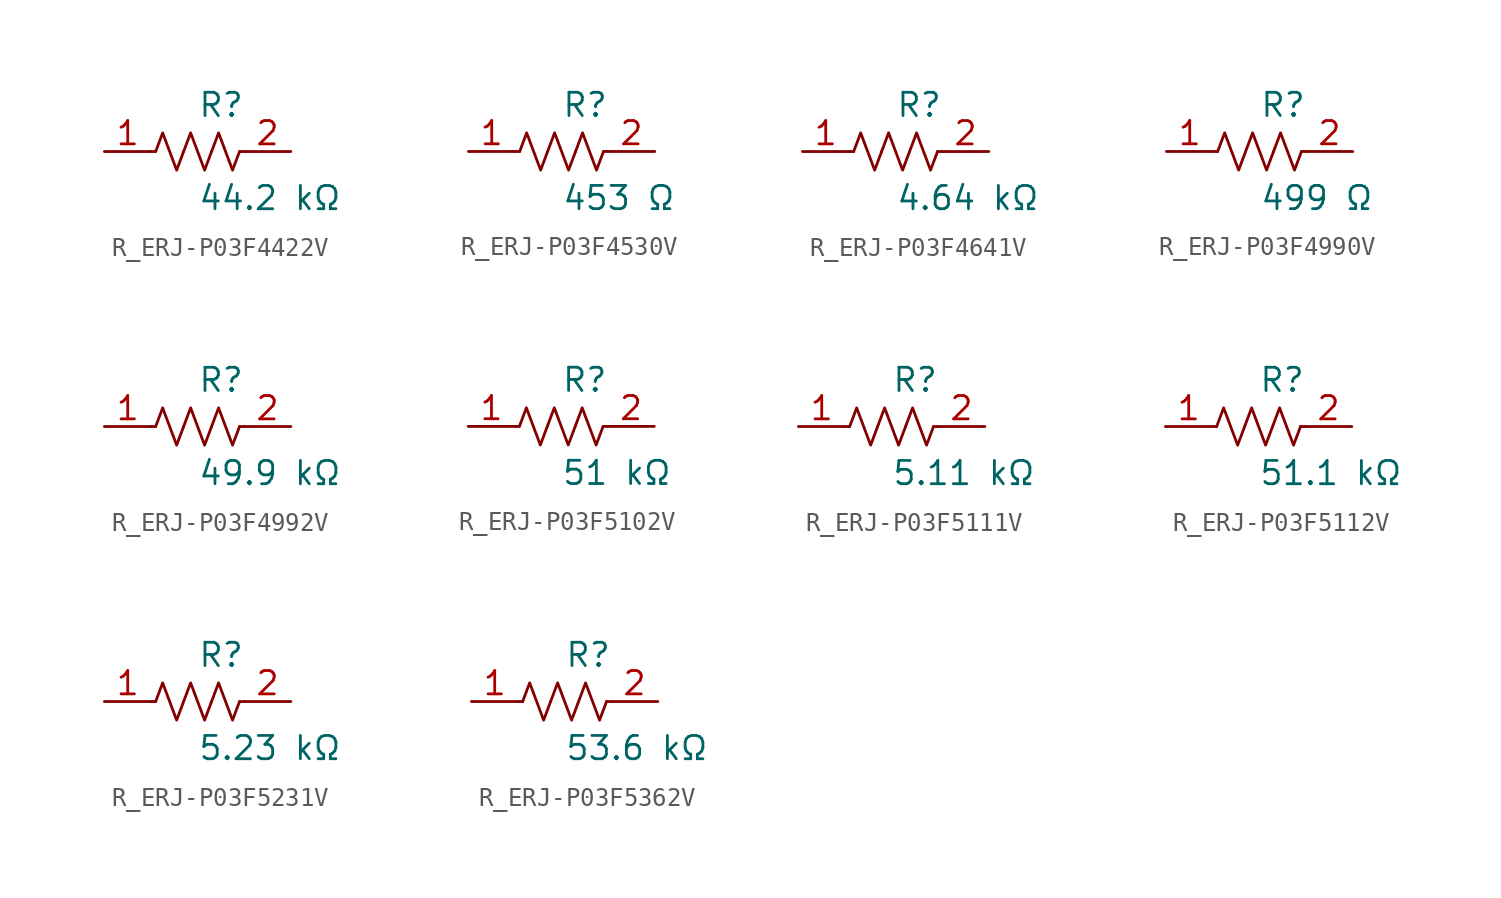
<source format=kicad_sym>
(kicad_symbol_lib
  (version 20231120)
  (generator kicad_symbol_editor)
  (generator_version 8.0)
  (symbol "R_ERJ-P03F4422V"
    (pin_names
      (offset 0.254))
    (property "Reference" "R"
      (at 0.0 2.54 0)
      (effects (font (size 1.27 1.27)) (justify left)))
    (property "Value" "44.2 kΩ"
      (at 0.0 -2.54 0)
      (effects (font (size 1.27 1.27)) (justify left)))
    (symbol "R_ERJ-P03F4422V_0_1"
      (polyline (pts (xy 2.286 0) (xy 2.54 0)) (stroke (width 0) (type default)) (fill (type none)))
      (polyline (pts (xy -2.286 0) (xy -2.54 0)) (stroke (width 0) (type default)) (fill (type none)))
      (polyline (pts (xy 0.762 0) (xy 1.143 1.016) (xy 1.524 0) (xy 1.905 -1.016) (xy 2.286 0)) (stroke (width 0) (type default)) (fill (type none)))
      (polyline (pts (xy -0.762 0) (xy -0.381 1.016) (xy 0 0) (xy 0.381 -1.016) (xy 0.762 0)) (stroke (width 0) (type default)) (fill (type none)))
      (polyline (pts (xy -2.286 0) (xy -1.905 1.016) (xy -1.524 0) (xy -1.143 -1.016) (xy -0.762 0)) (stroke (width 0) (type default)) (fill (type none))))
    (pin unspecified line
      (at -5.08 0 0)
      (length 2.54)
      (name "" (effects (font (size 1.27 1.27))))
      (number "1" (effects (font (size 1.27 1.27)))))
    (pin unspecified line
      (at 5.08 0 180)
      (length 2.54)
      (name "" (effects (font (size 1.27 1.27))))
      (number "2" (effects (font (size 1.27 1.27))))))
  (symbol "R_ERJ-P03F4530V"
    (pin_names
      (offset 0.254))
    (property "Reference" "R"
      (at 0.0 2.54 0)
      (effects (font (size 1.27 1.27)) (justify left)))
    (property "Value" "453 Ω"
      (at 0.0 -2.54 0)
      (effects (font (size 1.27 1.27)) (justify left)))
    (symbol "R_ERJ-P03F4530V_0_1"
      (polyline (pts (xy 2.286 0) (xy 2.54 0)) (stroke (width 0) (type default)) (fill (type none)))
      (polyline (pts (xy -2.286 0) (xy -2.54 0)) (stroke (width 0) (type default)) (fill (type none)))
      (polyline (pts (xy 0.762 0) (xy 1.143 1.016) (xy 1.524 0) (xy 1.905 -1.016) (xy 2.286 0)) (stroke (width 0) (type default)) (fill (type none)))
      (polyline (pts (xy -0.762 0) (xy -0.381 1.016) (xy 0 0) (xy 0.381 -1.016) (xy 0.762 0)) (stroke (width 0) (type default)) (fill (type none)))
      (polyline (pts (xy -2.286 0) (xy -1.905 1.016) (xy -1.524 0) (xy -1.143 -1.016) (xy -0.762 0)) (stroke (width 0) (type default)) (fill (type none))))
    (pin unspecified line
      (at -5.08 0 0)
      (length 2.54)
      (name "" (effects (font (size 1.27 1.27))))
      (number "1" (effects (font (size 1.27 1.27)))))
    (pin unspecified line
      (at 5.08 0 180)
      (length 2.54)
      (name "" (effects (font (size 1.27 1.27))))
      (number "2" (effects (font (size 1.27 1.27))))))
  (symbol "R_ERJ-P03F4641V"
    (pin_names
      (offset 0.254))
    (property "Reference" "R"
      (at 0.0 2.54 0)
      (effects (font (size 1.27 1.27)) (justify left)))
    (property "Value" "4.64 kΩ"
      (at 0.0 -2.54 0)
      (effects (font (size 1.27 1.27)) (justify left)))
    (symbol "R_ERJ-P03F4641V_0_1"
      (polyline (pts (xy 2.286 0) (xy 2.54 0)) (stroke (width 0) (type default)) (fill (type none)))
      (polyline (pts (xy -2.286 0) (xy -2.54 0)) (stroke (width 0) (type default)) (fill (type none)))
      (polyline (pts (xy 0.762 0) (xy 1.143 1.016) (xy 1.524 0) (xy 1.905 -1.016) (xy 2.286 0)) (stroke (width 0) (type default)) (fill (type none)))
      (polyline (pts (xy -0.762 0) (xy -0.381 1.016) (xy 0 0) (xy 0.381 -1.016) (xy 0.762 0)) (stroke (width 0) (type default)) (fill (type none)))
      (polyline (pts (xy -2.286 0) (xy -1.905 1.016) (xy -1.524 0) (xy -1.143 -1.016) (xy -0.762 0)) (stroke (width 0) (type default)) (fill (type none))))
    (pin unspecified line
      (at -5.08 0 0)
      (length 2.54)
      (name "" (effects (font (size 1.27 1.27))))
      (number "1" (effects (font (size 1.27 1.27)))))
    (pin unspecified line
      (at 5.08 0 180)
      (length 2.54)
      (name "" (effects (font (size 1.27 1.27))))
      (number "2" (effects (font (size 1.27 1.27))))))
  (symbol "R_ERJ-P03F4990V"
    (pin_names
      (offset 0.254))
    (property "Reference" "R"
      (at 0.0 2.54 0)
      (effects (font (size 1.27 1.27)) (justify left)))
    (property "Value" "499 Ω"
      (at 0.0 -2.54 0)
      (effects (font (size 1.27 1.27)) (justify left)))
    (symbol "R_ERJ-P03F4990V_0_1"
      (polyline (pts (xy 2.286 0) (xy 2.54 0)) (stroke (width 0) (type default)) (fill (type none)))
      (polyline (pts (xy -2.286 0) (xy -2.54 0)) (stroke (width 0) (type default)) (fill (type none)))
      (polyline (pts (xy 0.762 0) (xy 1.143 1.016) (xy 1.524 0) (xy 1.905 -1.016) (xy 2.286 0)) (stroke (width 0) (type default)) (fill (type none)))
      (polyline (pts (xy -0.762 0) (xy -0.381 1.016) (xy 0 0) (xy 0.381 -1.016) (xy 0.762 0)) (stroke (width 0) (type default)) (fill (type none)))
      (polyline (pts (xy -2.286 0) (xy -1.905 1.016) (xy -1.524 0) (xy -1.143 -1.016) (xy -0.762 0)) (stroke (width 0) (type default)) (fill (type none))))
    (pin unspecified line
      (at -5.08 0 0)
      (length 2.54)
      (name "" (effects (font (size 1.27 1.27))))
      (number "1" (effects (font (size 1.27 1.27)))))
    (pin unspecified line
      (at 5.08 0 180)
      (length 2.54)
      (name "" (effects (font (size 1.27 1.27))))
      (number "2" (effects (font (size 1.27 1.27))))))
  (symbol "R_ERJ-P03F4992V"
    (pin_names
      (offset 0.254))
    (property "Reference" "R"
      (at 0.0 2.54 0)
      (effects (font (size 1.27 1.27)) (justify left)))
    (property "Value" "49.9 kΩ"
      (at 0.0 -2.54 0)
      (effects (font (size 1.27 1.27)) (justify left)))
    (symbol "R_ERJ-P03F4992V_0_1"
      (polyline (pts (xy 2.286 0) (xy 2.54 0)) (stroke (width 0) (type default)) (fill (type none)))
      (polyline (pts (xy -2.286 0) (xy -2.54 0)) (stroke (width 0) (type default)) (fill (type none)))
      (polyline (pts (xy 0.762 0) (xy 1.143 1.016) (xy 1.524 0) (xy 1.905 -1.016) (xy 2.286 0)) (stroke (width 0) (type default)) (fill (type none)))
      (polyline (pts (xy -0.762 0) (xy -0.381 1.016) (xy 0 0) (xy 0.381 -1.016) (xy 0.762 0)) (stroke (width 0) (type default)) (fill (type none)))
      (polyline (pts (xy -2.286 0) (xy -1.905 1.016) (xy -1.524 0) (xy -1.143 -1.016) (xy -0.762 0)) (stroke (width 0) (type default)) (fill (type none))))
    (pin unspecified line
      (at -5.08 0 0)
      (length 2.54)
      (name "" (effects (font (size 1.27 1.27))))
      (number "1" (effects (font (size 1.27 1.27)))))
    (pin unspecified line
      (at 5.08 0 180)
      (length 2.54)
      (name "" (effects (font (size 1.27 1.27))))
      (number "2" (effects (font (size 1.27 1.27))))))
  (symbol "R_ERJ-P03F5102V"
    (pin_names
      (offset 0.254))
    (property "Reference" "R"
      (at 0.0 2.54 0)
      (effects (font (size 1.27 1.27)) (justify left)))
    (property "Value" "51 kΩ"
      (at 0.0 -2.54 0)
      (effects (font (size 1.27 1.27)) (justify left)))
    (symbol "R_ERJ-P03F5102V_0_1"
      (polyline (pts (xy 2.286 0) (xy 2.54 0)) (stroke (width 0) (type default)) (fill (type none)))
      (polyline (pts (xy -2.286 0) (xy -2.54 0)) (stroke (width 0) (type default)) (fill (type none)))
      (polyline (pts (xy 0.762 0) (xy 1.143 1.016) (xy 1.524 0) (xy 1.905 -1.016) (xy 2.286 0)) (stroke (width 0) (type default)) (fill (type none)))
      (polyline (pts (xy -0.762 0) (xy -0.381 1.016) (xy 0 0) (xy 0.381 -1.016) (xy 0.762 0)) (stroke (width 0) (type default)) (fill (type none)))
      (polyline (pts (xy -2.286 0) (xy -1.905 1.016) (xy -1.524 0) (xy -1.143 -1.016) (xy -0.762 0)) (stroke (width 0) (type default)) (fill (type none))))
    (pin unspecified line
      (at -5.08 0 0)
      (length 2.54)
      (name "" (effects (font (size 1.27 1.27))))
      (number "1" (effects (font (size 1.27 1.27)))))
    (pin unspecified line
      (at 5.08 0 180)
      (length 2.54)
      (name "" (effects (font (size 1.27 1.27))))
      (number "2" (effects (font (size 1.27 1.27))))))
  (symbol "R_ERJ-P03F5111V"
    (pin_names
      (offset 0.254))
    (property "Reference" "R"
      (at 0.0 2.54 0)
      (effects (font (size 1.27 1.27)) (justify left)))
    (property "Value" "5.11 kΩ"
      (at 0.0 -2.54 0)
      (effects (font (size 1.27 1.27)) (justify left)))
    (symbol "R_ERJ-P03F5111V_0_1"
      (polyline (pts (xy 2.286 0) (xy 2.54 0)) (stroke (width 0) (type default)) (fill (type none)))
      (polyline (pts (xy -2.286 0) (xy -2.54 0)) (stroke (width 0) (type default)) (fill (type none)))
      (polyline (pts (xy 0.762 0) (xy 1.143 1.016) (xy 1.524 0) (xy 1.905 -1.016) (xy 2.286 0)) (stroke (width 0) (type default)) (fill (type none)))
      (polyline (pts (xy -0.762 0) (xy -0.381 1.016) (xy 0 0) (xy 0.381 -1.016) (xy 0.762 0)) (stroke (width 0) (type default)) (fill (type none)))
      (polyline (pts (xy -2.286 0) (xy -1.905 1.016) (xy -1.524 0) (xy -1.143 -1.016) (xy -0.762 0)) (stroke (width 0) (type default)) (fill (type none))))
    (pin unspecified line
      (at -5.08 0 0)
      (length 2.54)
      (name "" (effects (font (size 1.27 1.27))))
      (number "1" (effects (font (size 1.27 1.27)))))
    (pin unspecified line
      (at 5.08 0 180)
      (length 2.54)
      (name "" (effects (font (size 1.27 1.27))))
      (number "2" (effects (font (size 1.27 1.27))))))
  (symbol "R_ERJ-P03F5112V"
    (pin_names
      (offset 0.254))
    (property "Reference" "R"
      (at 0.0 2.54 0)
      (effects (font (size 1.27 1.27)) (justify left)))
    (property "Value" "51.1 kΩ"
      (at 0.0 -2.54 0)
      (effects (font (size 1.27 1.27)) (justify left)))
    (symbol "R_ERJ-P03F5112V_0_1"
      (polyline (pts (xy 2.286 0) (xy 2.54 0)) (stroke (width 0) (type default)) (fill (type none)))
      (polyline (pts (xy -2.286 0) (xy -2.54 0)) (stroke (width 0) (type default)) (fill (type none)))
      (polyline (pts (xy 0.762 0) (xy 1.143 1.016) (xy 1.524 0) (xy 1.905 -1.016) (xy 2.286 0)) (stroke (width 0) (type default)) (fill (type none)))
      (polyline (pts (xy -0.762 0) (xy -0.381 1.016) (xy 0 0) (xy 0.381 -1.016) (xy 0.762 0)) (stroke (width 0) (type default)) (fill (type none)))
      (polyline (pts (xy -2.286 0) (xy -1.905 1.016) (xy -1.524 0) (xy -1.143 -1.016) (xy -0.762 0)) (stroke (width 0) (type default)) (fill (type none))))
    (pin unspecified line
      (at -5.08 0 0)
      (length 2.54)
      (name "" (effects (font (size 1.27 1.27))))
      (number "1" (effects (font (size 1.27 1.27)))))
    (pin unspecified line
      (at 5.08 0 180)
      (length 2.54)
      (name "" (effects (font (size 1.27 1.27))))
      (number "2" (effects (font (size 1.27 1.27))))))
  (symbol "R_ERJ-P03F5231V"
    (pin_names
      (offset 0.254))
    (property "Reference" "R"
      (at 0.0 2.54 0)
      (effects (font (size 1.27 1.27)) (justify left)))
    (property "Value" "5.23 kΩ"
      (at 0.0 -2.54 0)
      (effects (font (size 1.27 1.27)) (justify left)))
    (symbol "R_ERJ-P03F5231V_0_1"
      (polyline (pts (xy 2.286 0) (xy 2.54 0)) (stroke (width 0) (type default)) (fill (type none)))
      (polyline (pts (xy -2.286 0) (xy -2.54 0)) (stroke (width 0) (type default)) (fill (type none)))
      (polyline (pts (xy 0.762 0) (xy 1.143 1.016) (xy 1.524 0) (xy 1.905 -1.016) (xy 2.286 0)) (stroke (width 0) (type default)) (fill (type none)))
      (polyline (pts (xy -0.762 0) (xy -0.381 1.016) (xy 0 0) (xy 0.381 -1.016) (xy 0.762 0)) (stroke (width 0) (type default)) (fill (type none)))
      (polyline (pts (xy -2.286 0) (xy -1.905 1.016) (xy -1.524 0) (xy -1.143 -1.016) (xy -0.762 0)) (stroke (width 0) (type default)) (fill (type none))))
    (pin unspecified line
      (at -5.08 0 0)
      (length 2.54)
      (name "" (effects (font (size 1.27 1.27))))
      (number "1" (effects (font (size 1.27 1.27)))))
    (pin unspecified line
      (at 5.08 0 180)
      (length 2.54)
      (name "" (effects (font (size 1.27 1.27))))
      (number "2" (effects (font (size 1.27 1.27))))))
  (symbol "R_ERJ-P03F5362V"
    (pin_names
      (offset 0.254))
    (property "Reference" "R"
      (at 0.0 2.54 0)
      (effects (font (size 1.27 1.27)) (justify left)))
    (property "Value" "53.6 kΩ"
      (at 0.0 -2.54 0)
      (effects (font (size 1.27 1.27)) (justify left)))
    (symbol "R_ERJ-P03F5362V_0_1"
      (polyline (pts (xy 2.286 0) (xy 2.54 0)) (stroke (width 0) (type default)) (fill (type none)))
      (polyline (pts (xy -2.286 0) (xy -2.54 0)) (stroke (width 0) (type default)) (fill (type none)))
      (polyline (pts (xy 0.762 0) (xy 1.143 1.016) (xy 1.524 0) (xy 1.905 -1.016) (xy 2.286 0)) (stroke (width 0) (type default)) (fill (type none)))
      (polyline (pts (xy -0.762 0) (xy -0.381 1.016) (xy 0 0) (xy 0.381 -1.016) (xy 0.762 0)) (stroke (width 0) (type default)) (fill (type none)))
      (polyline (pts (xy -2.286 0) (xy -1.905 1.016) (xy -1.524 0) (xy -1.143 -1.016) (xy -0.762 0)) (stroke (width 0) (type default)) (fill (type none))))
    (pin unspecified line
      (at -5.08 0 0)
      (length 2.54)
      (name "" (effects (font (size 1.27 1.27))))
      (number "1" (effects (font (size 1.27 1.27)))))
    (pin unspecified line
      (at 5.08 0 180)
      (length 2.54)
      (name "" (effects (font (size 1.27 1.27))))
      (number "2" (effects (font (size 1.27 1.27)))))))
</source>
